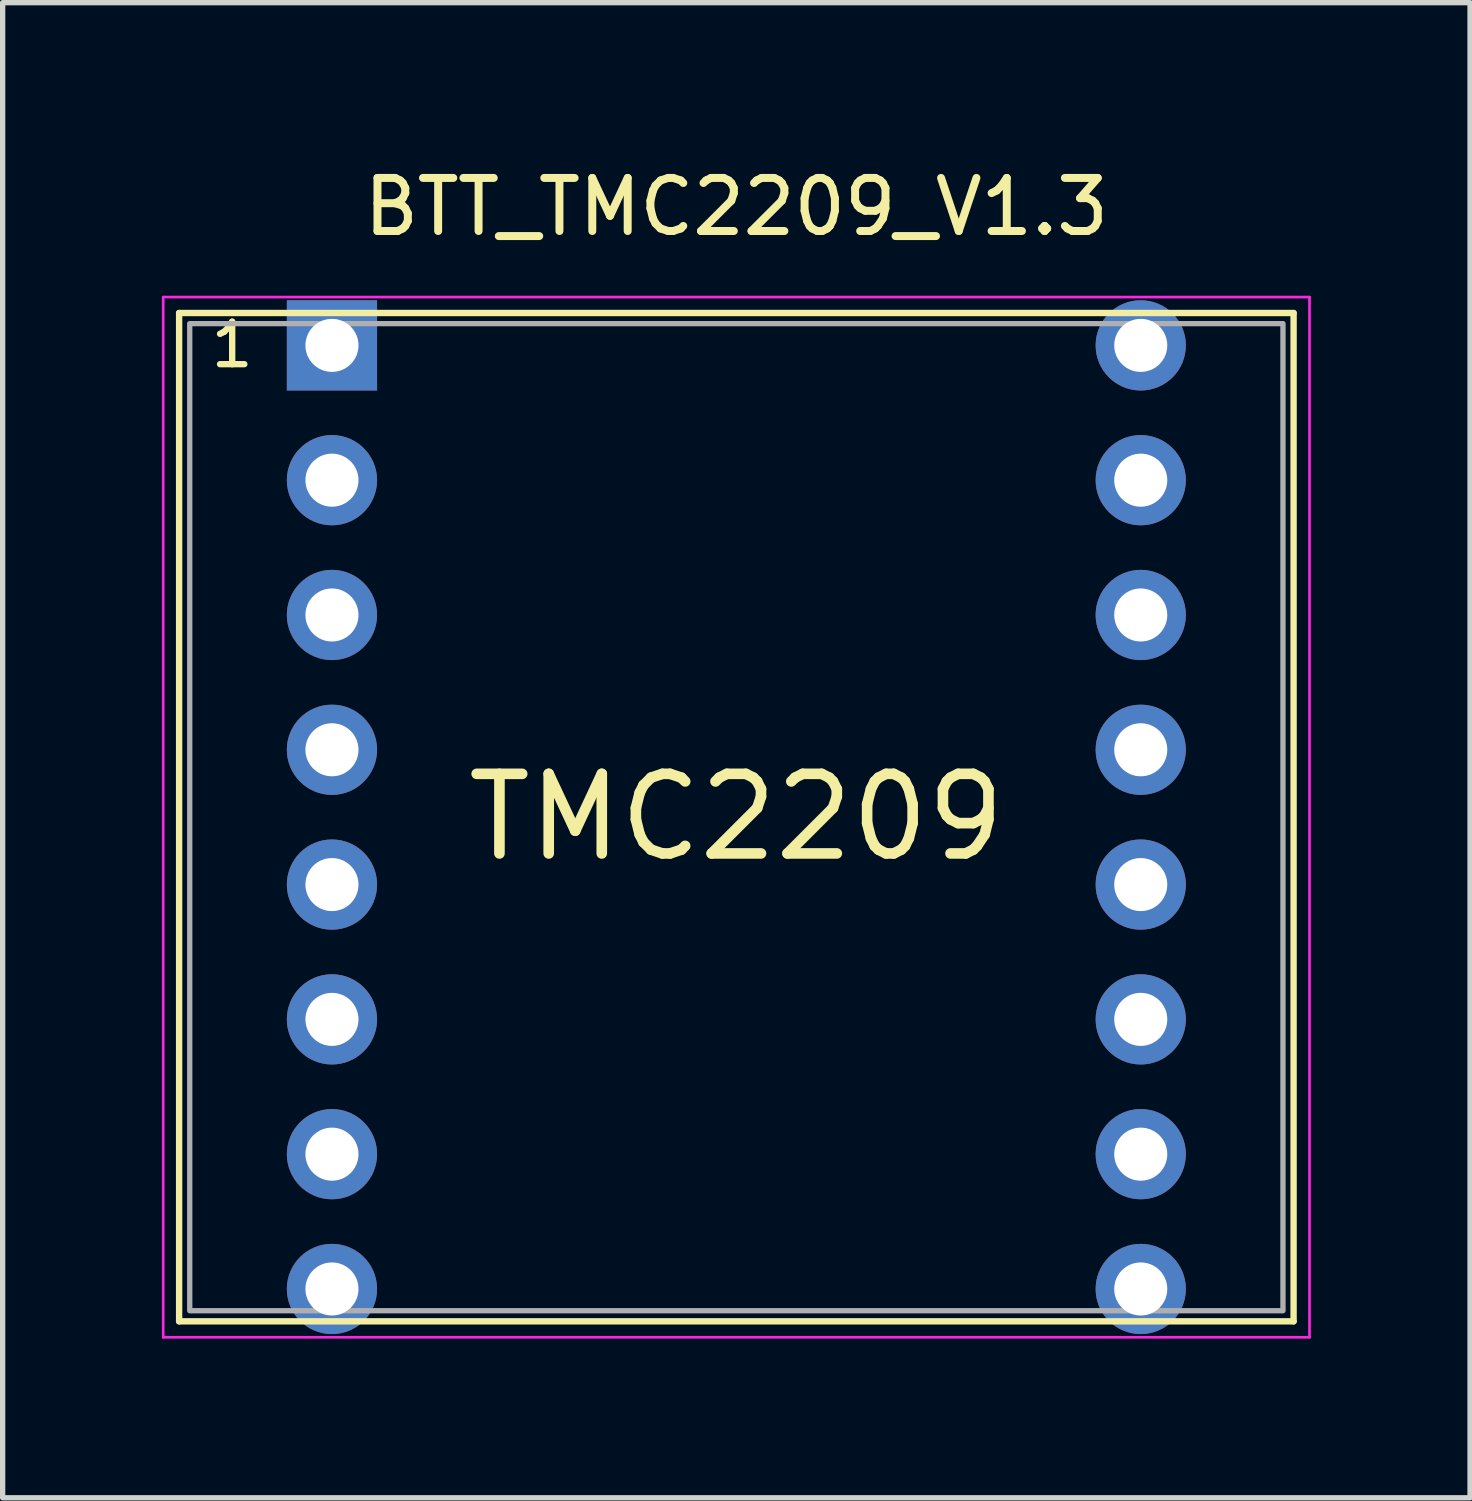
<source format=kicad_pcb>
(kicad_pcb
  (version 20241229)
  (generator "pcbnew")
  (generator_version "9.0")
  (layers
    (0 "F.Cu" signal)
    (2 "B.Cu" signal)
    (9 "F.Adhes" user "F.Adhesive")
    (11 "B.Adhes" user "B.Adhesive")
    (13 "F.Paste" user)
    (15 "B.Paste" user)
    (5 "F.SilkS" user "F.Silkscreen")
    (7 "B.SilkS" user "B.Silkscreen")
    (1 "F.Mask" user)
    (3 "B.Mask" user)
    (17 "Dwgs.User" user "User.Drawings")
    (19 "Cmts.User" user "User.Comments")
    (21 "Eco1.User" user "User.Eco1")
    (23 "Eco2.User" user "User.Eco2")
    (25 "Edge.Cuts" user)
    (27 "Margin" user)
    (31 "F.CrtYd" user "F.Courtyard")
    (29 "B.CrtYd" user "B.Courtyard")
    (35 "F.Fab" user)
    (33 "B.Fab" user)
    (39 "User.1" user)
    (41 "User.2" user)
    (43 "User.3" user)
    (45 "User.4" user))
  (footprint "BTT_TMC2209_V1.3"
    (layer "F.Cu")
    (at 10.825 12.348)
    (property "Reference" "BTT_TMC2209_V1.3" (at 0 -11.5 0) (layer "F.SilkS") (effects (font (size 1 1) (thickness 0.15))))
    (attr through_hole)
    (fp_line (start -10.5 -9.5) (end 10.5 -9.5) (stroke (width 0.12) (type solid)) (layer "F.SilkS"))
    (fp_line (start -10.5 9.5) (end -10.5 -9.5) (stroke (width 0.12) (type solid)) (layer "F.SilkS"))
    (fp_line (start 10.5 -9.5) (end 10.5 9.5) (stroke (width 0.12) (type solid)) (layer "F.SilkS"))
    (fp_line (start 10.5 9.5) (end -10.5 9.5) (stroke (width 0.12) (type solid)) (layer "F.SilkS"))
    (fp_line (start -10.8 -9.8) (end 10.8 -9.8) (stroke (width 0.05) (type solid)) (layer "F.CrtYd"))
    (fp_line (start -10.8 9.8) (end -10.8 -9.8) (stroke (width 0.05) (type solid)) (layer "F.CrtYd"))
    (fp_line (start 10.8 -9.8) (end 10.8 9.8) (stroke (width 0.05) (type solid)) (layer "F.CrtYd"))
    (fp_line (start 10.8 9.8) (end -10.8 9.8) (stroke (width 0.05) (type solid)) (layer "F.CrtYd"))
    (fp_rect (start -10.3 -9.3) (end 10.3 9.3) (stroke (width 0.1) (type solid)) (fill no) (layer "F.Fab"))
    (fp_text user "1" (at -9.5 -8.9 0) (layer "F.SilkS") (effects (font (size 0.8 0.8) (thickness 0.12))))
    (fp_text user "TMC2209" (at 0 0 0) (layer "F.SilkS") (effects (font (size 1.5 1.5) (thickness 0.2))))
    (pad "1" thru_hole rect (at -7.62 -8.89) (size 1.7 1.7) (drill 1) (layers "*.Cu" "*.Mask"))
    (pad "2" thru_hole oval (at -7.62 -6.35) (size 1.7 1.7) (drill 1) (layers "*.Cu" "*.Mask"))
    (pad "3" thru_hole oval (at -7.62 -3.81) (size 1.7 1.7) (drill 1) (layers "*.Cu" "*.Mask"))
    (pad "4" thru_hole oval (at -7.62 -1.27) (size 1.7 1.7) (drill 1) (layers "*.Cu" "*.Mask"))
    (pad "5" thru_hole oval (at -7.62 1.27) (size 1.7 1.7) (drill 1) (layers "*.Cu" "*.Mask"))
    (pad "6" thru_hole oval (at -7.62 3.81) (size 1.7 1.7) (drill 1) (layers "*.Cu" "*.Mask"))
    (pad "7" thru_hole oval (at -7.62 6.35) (size 1.7 1.7) (drill 1) (layers "*.Cu" "*.Mask"))
    (pad "8" thru_hole oval (at -7.62 8.89) (size 1.7 1.7) (drill 1) (layers "*.Cu" "*.Mask"))
    (pad "9" thru_hole oval (at 7.62 -8.89) (size 1.7 1.7) (drill 1) (layers "*.Cu" "*.Mask"))
    (pad "10" thru_hole oval (at 7.62 -6.35) (size 1.7 1.7) (drill 1) (layers "*.Cu" "*.Mask"))
    (pad "11" thru_hole oval (at 7.62 -3.81) (size 1.7 1.7) (drill 1) (layers "*.Cu" "*.Mask"))
    (pad "12" thru_hole oval (at 7.62 -1.27) (size 1.7 1.7) (drill 1) (layers "*.Cu" "*.Mask"))
    (pad "13" thru_hole oval (at 7.62 1.27) (size 1.7 1.7) (drill 1) (layers "*.Cu" "*.Mask"))
    (pad "14" thru_hole oval (at 7.62 3.81) (size 1.7 1.7) (drill 1) (layers "*.Cu" "*.Mask"))
    (pad "15" thru_hole oval (at 7.62 6.35) (size 1.7 1.7) (drill 1) (layers "*.Cu" "*.Mask"))
    (pad "16" thru_hole oval (at 7.62 8.89) (size 1.7 1.7) (drill 1) (layers "*.Cu" "*.Mask")))
  (gr_rect
    (start -3 -3)
    (end 24.65 25.173)
    (stroke (width 0.1) (type default))
    (fill no)
    (layer "Edge.Cuts")))
</source>
